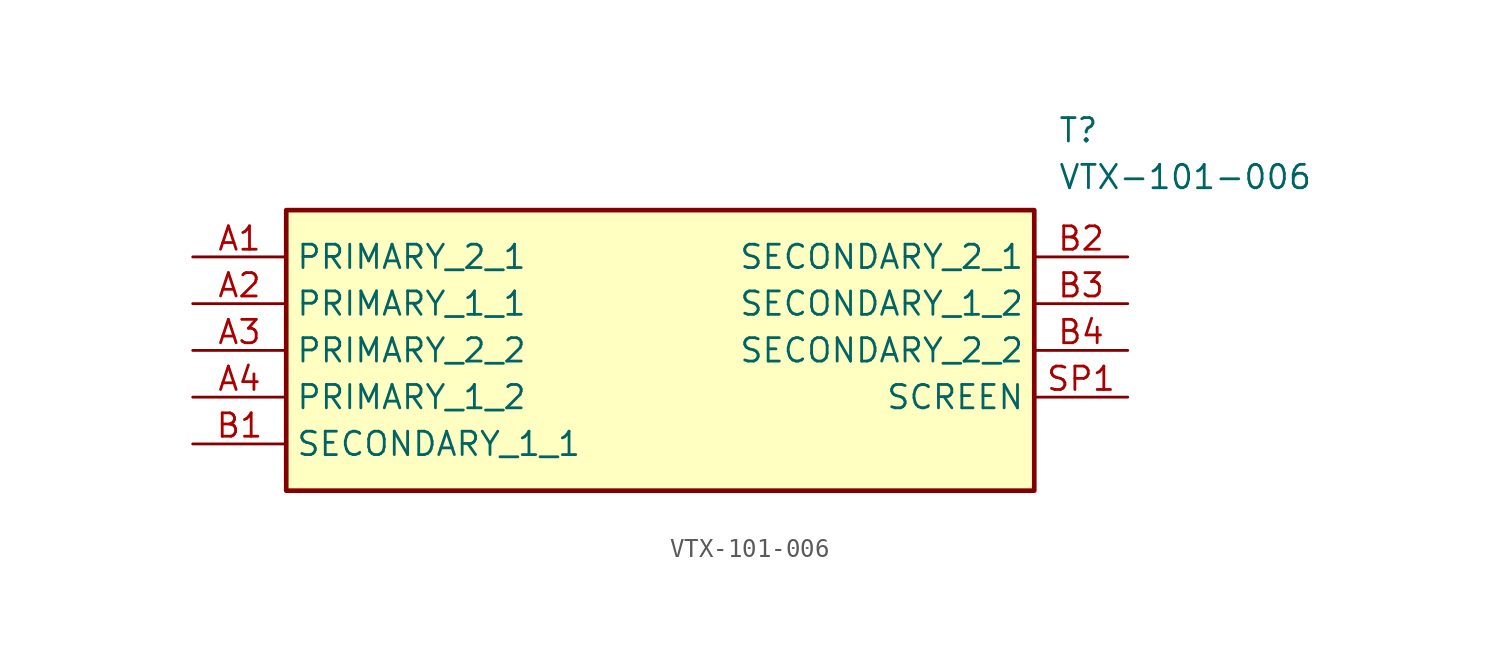
<source format=kicad_sym>
(kicad_symbol_lib
  (version 20211014)
  (generator SamacSys_ECAD_Model)
  (symbol "VTX-101-006"
    (property "Reference" "T"
      (at 46.99 7.62 0)
      (effects (font (size 1.27 1.27)) (justify left top)))
    (property "Value" "VTX-101-006"
      (at 46.99 5.08 0)
      (effects (font (size 1.27 1.27)) (justify left top)))
    (rectangle
      (start 5.08 2.54)
      (end 45.72 -12.7)
      (stroke (width 0.254) (type default))
      (fill (type background)))
    (pin passive line
      (at 0 0 0)
      (length 5.08)
      (name "PRIMARY_2_1" (effects (font (size 1.27 1.27))))
      (number "A1" (effects (font (size 1.27 1.27)))))
    (pin passive line
      (at 0 -2.54 0)
      (length 5.08)
      (name "PRIMARY_1_1" (effects (font (size 1.27 1.27))))
      (number "A2" (effects (font (size 1.27 1.27)))))
    (pin passive line
      (at 0 -5.08 0)
      (length 5.08)
      (name "PRIMARY_2_2" (effects (font (size 1.27 1.27))))
      (number "A3" (effects (font (size 1.27 1.27)))))
    (pin passive line
      (at 0 -7.62 0)
      (length 5.08)
      (name "PRIMARY_1_2" (effects (font (size 1.27 1.27))))
      (number "A4" (effects (font (size 1.27 1.27)))))
    (pin passive line
      (at 0 -10.16 0)
      (length 5.08)
      (name "SECONDARY_1_1" (effects (font (size 1.27 1.27))))
      (number "B1" (effects (font (size 1.27 1.27)))))
    (pin passive line
      (at 50.8 0 180)
      (length 5.08)
      (name "SECONDARY_2_1" (effects (font (size 1.27 1.27))))
      (number "B2" (effects (font (size 1.27 1.27)))))
    (pin passive line
      (at 50.8 -2.54 180)
      (length 5.08)
      (name "SECONDARY_1_2" (effects (font (size 1.27 1.27))))
      (number "B3" (effects (font (size 1.27 1.27)))))
    (pin passive line
      (at 50.8 -5.08 180)
      (length 5.08)
      (name "SECONDARY_2_2" (effects (font (size 1.27 1.27))))
      (number "B4" (effects (font (size 1.27 1.27)))))
    (pin passive line
      (at 50.8 -7.62 180)
      (length 5.08)
      (name "SCREEN" (effects (font (size 1.27 1.27))))
      (number "SP1" (effects (font (size 1.27 1.27)))))))
</source>
